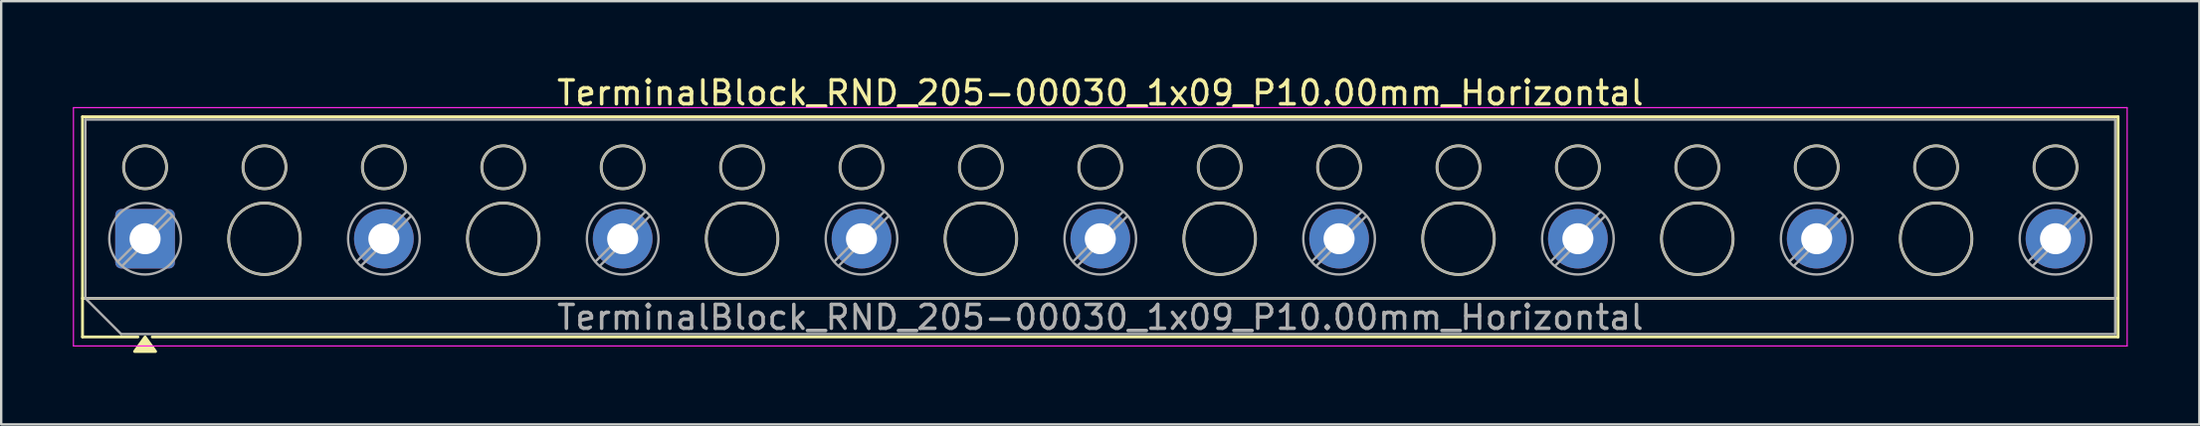
<source format=kicad_pcb>
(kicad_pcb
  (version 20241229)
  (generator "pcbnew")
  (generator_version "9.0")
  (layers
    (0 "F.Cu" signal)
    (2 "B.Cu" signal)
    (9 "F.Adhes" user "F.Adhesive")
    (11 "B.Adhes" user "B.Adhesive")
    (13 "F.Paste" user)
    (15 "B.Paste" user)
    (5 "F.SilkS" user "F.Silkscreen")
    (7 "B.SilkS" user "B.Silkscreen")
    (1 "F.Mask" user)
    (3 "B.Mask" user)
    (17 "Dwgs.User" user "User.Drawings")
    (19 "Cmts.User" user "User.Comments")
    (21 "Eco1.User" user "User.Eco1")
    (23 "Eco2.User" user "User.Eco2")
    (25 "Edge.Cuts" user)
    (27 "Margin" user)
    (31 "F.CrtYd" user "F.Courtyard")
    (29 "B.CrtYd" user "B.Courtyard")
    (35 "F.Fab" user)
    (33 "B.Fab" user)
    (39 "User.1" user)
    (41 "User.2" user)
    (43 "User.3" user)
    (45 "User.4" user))
  (footprint "TerminalBlock_RND_205-00030_1x09_P10.00mm_Horizontal"
    (layer "F.Cu")
    (at 3.025 6.968)
    (property "Reference" "TerminalBlock_RND_205-00030_1x09_P10.00mm_Horizontal" (at 40 -6.12 0) (layer "F.SilkS") (effects (font (size 1 1) (thickness 0.15))))
    (attr through_hole)
    (fp_line (start -2.62 -5.12) (end -2.62 4.12) (stroke (width 0.12) (type solid)) (layer "F.SilkS"))
    (fp_line (start -2.62 -5.12) (end 82.62 -5.12) (stroke (width 0.12) (type solid)) (layer "F.SilkS"))
    (fp_line (start -2.62 2.5) (end 82.62 2.5) (stroke (width 0.12) (type solid)) (layer "F.SilkS"))
    (fp_line (start -2.62 4.12) (end -0.3 4.12) (stroke (width 0.12) (type solid)) (layer "F.SilkS"))
    (fp_line (start 0.3 4.12) (end 82.62 4.12) (stroke (width 0.12) (type solid)) (layer "F.SilkS"))
    (fp_line (start 82.62 -5.12) (end 82.62 4.12) (stroke (width 0.12) (type solid)) (layer "F.SilkS"))
    (fp_circle (center 0 -3) (end 0.9 -3) (stroke (width 0.12) (type solid)) (fill no) (layer "F.SilkS"))
    (fp_circle (center 5 -3) (end 5.9 -3) (stroke (width 0.12) (type solid)) (fill no) (layer "F.SilkS"))
    (fp_circle (center 5 0) (end 6.5 0) (stroke (width 0.12) (type solid)) (fill no) (layer "F.SilkS"))
    (fp_circle (center 10 -3) (end 10.9 -3) (stroke (width 0.12) (type solid)) (fill no) (layer "F.SilkS"))
    (fp_circle (center 15 -3) (end 15.9 -3) (stroke (width 0.12) (type solid)) (fill no) (layer "F.SilkS"))
    (fp_circle (center 15 0) (end 16.5 0) (stroke (width 0.12) (type solid)) (fill no) (layer "F.SilkS"))
    (fp_circle (center 20 -3) (end 20.9 -3) (stroke (width 0.12) (type solid)) (fill no) (layer "F.SilkS"))
    (fp_circle (center 25 -3) (end 25.9 -3) (stroke (width 0.12) (type solid)) (fill no) (layer "F.SilkS"))
    (fp_circle (center 25 0) (end 26.5 0) (stroke (width 0.12) (type solid)) (fill no) (layer "F.SilkS"))
    (fp_circle (center 30 -3) (end 30.9 -3) (stroke (width 0.12) (type solid)) (fill no) (layer "F.SilkS"))
    (fp_circle (center 35 -3) (end 35.9 -3) (stroke (width 0.12) (type solid)) (fill no) (layer "F.SilkS"))
    (fp_circle (center 35 0) (end 36.5 0) (stroke (width 0.12) (type solid)) (fill no) (layer "F.SilkS"))
    (fp_circle (center 40 -3) (end 40.9 -3) (stroke (width 0.12) (type solid)) (fill no) (layer "F.SilkS"))
    (fp_circle (center 45 -3) (end 45.9 -3) (stroke (width 0.12) (type solid)) (fill no) (layer "F.SilkS"))
    (fp_circle (center 45 0) (end 46.5 0) (stroke (width 0.12) (type solid)) (fill no) (layer "F.SilkS"))
    (fp_circle (center 50 -3) (end 50.9 -3) (stroke (width 0.12) (type solid)) (fill no) (layer "F.SilkS"))
    (fp_circle (center 55 -3) (end 55.9 -3) (stroke (width 0.12) (type solid)) (fill no) (layer "F.SilkS"))
    (fp_circle (center 55 0) (end 56.5 0) (stroke (width 0.12) (type solid)) (fill no) (layer "F.SilkS"))
    (fp_circle (center 60 -3) (end 60.9 -3) (stroke (width 0.12) (type solid)) (fill no) (layer "F.SilkS"))
    (fp_circle (center 65 -3) (end 65.9 -3) (stroke (width 0.12) (type solid)) (fill no) (layer "F.SilkS"))
    (fp_circle (center 65 0) (end 66.5 0) (stroke (width 0.12) (type solid)) (fill no) (layer "F.SilkS"))
    (fp_circle (center 70 -3) (end 70.9 -3) (stroke (width 0.12) (type solid)) (fill no) (layer "F.SilkS"))
    (fp_circle (center 75 -3) (end 75.9 -3) (stroke (width 0.12) (type solid)) (fill no) (layer "F.SilkS"))
    (fp_circle (center 75 0) (end 76.5 0) (stroke (width 0.12) (type solid)) (fill no) (layer "F.SilkS"))
    (fp_circle (center 80 -3) (end 80.9 -3) (stroke (width 0.12) (type solid)) (fill no) (layer "F.SilkS"))
    (fp_poly (pts (xy 0 4.12) (xy 0.44 4.73) (xy -0.44 4.73)) (stroke (width 0.12) (type solid)) (fill yes) (layer "F.SilkS"))
    (fp_line (start -3 -5.5) (end -3 4.5) (stroke (width 0.05) (type solid)) (layer "F.CrtYd"))
    (fp_line (start -3 4.5) (end 83 4.5) (stroke (width 0.05) (type solid)) (layer "F.CrtYd"))
    (fp_line (start 83 -5.5) (end -3 -5.5) (stroke (width 0.05) (type solid)) (layer "F.CrtYd"))
    (fp_line (start 83 4.5) (end 83 -5.5) (stroke (width 0.05) (type solid)) (layer "F.CrtYd"))
    (fp_line (start -2.5 -5) (end 82.5 -5) (stroke (width 0.1) (type solid)) (layer "F.Fab"))
    (fp_line (start -2.5 2.5) (end -2.5 -5) (stroke (width 0.1) (type solid)) (layer "F.Fab"))
    (fp_line (start -2.5 2.5) (end 82.5 2.5) (stroke (width 0.1) (type solid)) (layer "F.Fab"))
    (fp_line (start -1 4) (end -2.5 2.5) (stroke (width 0.1) (type solid)) (layer "F.Fab"))
    (fp_line (start 0.955 -1.138) (end -1.138 0.954) (stroke (width 0.1) (type solid)) (layer "F.Fab"))
    (fp_line (start 1.138 -0.954) (end -0.955 1.137) (stroke (width 0.1) (type solid)) (layer "F.Fab"))
    (fp_line (start 10.955 -1.138) (end 8.862 0.954) (stroke (width 0.1) (type solid)) (layer "F.Fab"))
    (fp_line (start 11.138 -0.954) (end 9.045 1.137) (stroke (width 0.1) (type solid)) (layer "F.Fab"))
    (fp_line (start 20.955 -1.138) (end 18.862 0.954) (stroke (width 0.1) (type solid)) (layer "F.Fab"))
    (fp_line (start 21.138 -0.954) (end 19.045 1.137) (stroke (width 0.1) (type solid)) (layer "F.Fab"))
    (fp_line (start 30.955 -1.138) (end 28.862 0.954) (stroke (width 0.1) (type solid)) (layer "F.Fab"))
    (fp_line (start 31.138 -0.954) (end 29.045 1.137) (stroke (width 0.1) (type solid)) (layer "F.Fab"))
    (fp_line (start 40.955 -1.138) (end 38.862 0.954) (stroke (width 0.1) (type solid)) (layer "F.Fab"))
    (fp_line (start 41.138 -0.954) (end 39.045 1.137) (stroke (width 0.1) (type solid)) (layer "F.Fab"))
    (fp_line (start 50.955 -1.138) (end 48.862 0.954) (stroke (width 0.1) (type solid)) (layer "F.Fab"))
    (fp_line (start 51.138 -0.954) (end 49.045 1.137) (stroke (width 0.1) (type solid)) (layer "F.Fab"))
    (fp_line (start 60.955 -1.138) (end 58.862 0.954) (stroke (width 0.1) (type solid)) (layer "F.Fab"))
    (fp_line (start 61.138 -0.954) (end 59.045 1.137) (stroke (width 0.1) (type solid)) (layer "F.Fab"))
    (fp_line (start 70.955 -1.138) (end 68.862 0.954) (stroke (width 0.1) (type solid)) (layer "F.Fab"))
    (fp_line (start 71.138 -0.954) (end 69.045 1.137) (stroke (width 0.1) (type solid)) (layer "F.Fab"))
    (fp_line (start 80.955 -1.138) (end 78.862 0.954) (stroke (width 0.1) (type solid)) (layer "F.Fab"))
    (fp_line (start 81.138 -0.954) (end 79.045 1.137) (stroke (width 0.1) (type solid)) (layer "F.Fab"))
    (fp_line (start 82.5 -5) (end 82.5 4) (stroke (width 0.1) (type solid)) (layer "F.Fab"))
    (fp_line (start 82.5 4) (end -1 4) (stroke (width 0.1) (type solid)) (layer "F.Fab"))
    (fp_circle (center 0 -3) (end 0.9 -3) (stroke (width 0.1) (type solid)) (fill no) (layer "F.Fab"))
    (fp_circle (center 0 0) (end 1.5 0) (stroke (width 0.1) (type solid)) (fill no) (layer "F.Fab"))
    (fp_circle (center 5 -3) (end 5.9 -3) (stroke (width 0.1) (type solid)) (fill no) (layer "F.Fab"))
    (fp_circle (center 5 0) (end 6.5 0) (stroke (width 0.1) (type solid)) (fill no) (layer "F.Fab"))
    (fp_circle (center 10 -3) (end 10.9 -3) (stroke (width 0.1) (type solid)) (fill no) (layer "F.Fab"))
    (fp_circle (center 10 0) (end 11.5 0) (stroke (width 0.1) (type solid)) (fill no) (layer "F.Fab"))
    (fp_circle (center 15 -3) (end 15.9 -3) (stroke (width 0.1) (type solid)) (fill no) (layer "F.Fab"))
    (fp_circle (center 15 0) (end 16.5 0) (stroke (width 0.1) (type solid)) (fill no) (layer "F.Fab"))
    (fp_circle (center 20 -3) (end 20.9 -3) (stroke (width 0.1) (type solid)) (fill no) (layer "F.Fab"))
    (fp_circle (center 20 0) (end 21.5 0) (stroke (width 0.1) (type solid)) (fill no) (layer "F.Fab"))
    (fp_circle (center 25 -3) (end 25.9 -3) (stroke (width 0.1) (type solid)) (fill no) (layer "F.Fab"))
    (fp_circle (center 25 0) (end 26.5 0) (stroke (width 0.1) (type solid)) (fill no) (layer "F.Fab"))
    (fp_circle (center 30 -3) (end 30.9 -3) (stroke (width 0.1) (type solid)) (fill no) (layer "F.Fab"))
    (fp_circle (center 30 0) (end 31.5 0) (stroke (width 0.1) (type solid)) (fill no) (layer "F.Fab"))
    (fp_circle (center 35 -3) (end 35.9 -3) (stroke (width 0.1) (type solid)) (fill no) (layer "F.Fab"))
    (fp_circle (center 35 0) (end 36.5 0) (stroke (width 0.1) (type solid)) (fill no) (layer "F.Fab"))
    (fp_circle (center 40 -3) (end 40.9 -3) (stroke (width 0.1) (type solid)) (fill no) (layer "F.Fab"))
    (fp_circle (center 40 0) (end 41.5 0) (stroke (width 0.1) (type solid)) (fill no) (layer "F.Fab"))
    (fp_circle (center 45 -3) (end 45.9 -3) (stroke (width 0.1) (type solid)) (fill no) (layer "F.Fab"))
    (fp_circle (center 45 0) (end 46.5 0) (stroke (width 0.1) (type solid)) (fill no) (layer "F.Fab"))
    (fp_circle (center 50 -3) (end 50.9 -3) (stroke (width 0.1) (type solid)) (fill no) (layer "F.Fab"))
    (fp_circle (center 50 0) (end 51.5 0) (stroke (width 0.1) (type solid)) (fill no) (layer "F.Fab"))
    (fp_circle (center 55 -3) (end 55.9 -3) (stroke (width 0.1) (type solid)) (fill no) (layer "F.Fab"))
    (fp_circle (center 55 0) (end 56.5 0) (stroke (width 0.1) (type solid)) (fill no) (layer "F.Fab"))
    (fp_circle (center 60 -3) (end 60.9 -3) (stroke (width 0.1) (type solid)) (fill no) (layer "F.Fab"))
    (fp_circle (center 60 0) (end 61.5 0) (stroke (width 0.1) (type solid)) (fill no) (layer "F.Fab"))
    (fp_circle (center 65 -3) (end 65.9 -3) (stroke (width 0.1) (type solid)) (fill no) (layer "F.Fab"))
    (fp_circle (center 65 0) (end 66.5 0) (stroke (width 0.1) (type solid)) (fill no) (layer "F.Fab"))
    (fp_circle (center 70 -3) (end 70.9 -3) (stroke (width 0.1) (type solid)) (fill no) (layer "F.Fab"))
    (fp_circle (center 70 0) (end 71.5 0) (stroke (width 0.1) (type solid)) (fill no) (layer "F.Fab"))
    (fp_circle (center 75 -3) (end 75.9 -3) (stroke (width 0.1) (type solid)) (fill no) (layer "F.Fab"))
    (fp_circle (center 75 0) (end 76.5 0) (stroke (width 0.1) (type solid)) (fill no) (layer "F.Fab"))
    (fp_circle (center 80 -3) (end 80.9 -3) (stroke (width 0.1) (type solid)) (fill no) (layer "F.Fab"))
    (fp_circle (center 80 0) (end 81.5 0) (stroke (width 0.1) (type solid)) (fill no) (layer "F.Fab"))
    (fp_text user "${REFERENCE}" (at 40 3.3 0) (layer "F.Fab") (effects (font (size 1 1) (thickness 0.15))))
    (pad "1" thru_hole roundrect (at 0 0) (size 2.5 2.5) (drill 1.3) (layers "*.Cu" "*.Mask") (roundrect_rratio 0.1))
    (pad "2" thru_hole circle (at 10 0) (size 2.5 2.5) (drill 1.3) (layers "*.Cu" "*.Mask"))
    (pad "3" thru_hole circle (at 20 0) (size 2.5 2.5) (drill 1.3) (layers "*.Cu" "*.Mask"))
    (pad "4" thru_hole circle (at 30 0) (size 2.5 2.5) (drill 1.3) (layers "*.Cu" "*.Mask"))
    (pad "5" thru_hole circle (at 40 0) (size 2.5 2.5) (drill 1.3) (layers "*.Cu" "*.Mask"))
    (pad "6" thru_hole circle (at 50 0) (size 2.5 2.5) (drill 1.3) (layers "*.Cu" "*.Mask"))
    (pad "7" thru_hole circle (at 60 0) (size 2.5 2.5) (drill 1.3) (layers "*.Cu" "*.Mask"))
    (pad "8" thru_hole circle (at 70 0) (size 2.5 2.5) (drill 1.3) (layers "*.Cu" "*.Mask"))
    (pad "9" thru_hole circle (at 80 0) (size 2.5 2.5) (drill 1.3) (layers "*.Cu" "*.Mask")))
  (gr_rect
    (start -3 -3)
    (end 89.05 14.758)
    (stroke (width 0.1) (type default))
    (fill no)
    (layer "Edge.Cuts")))
</source>
